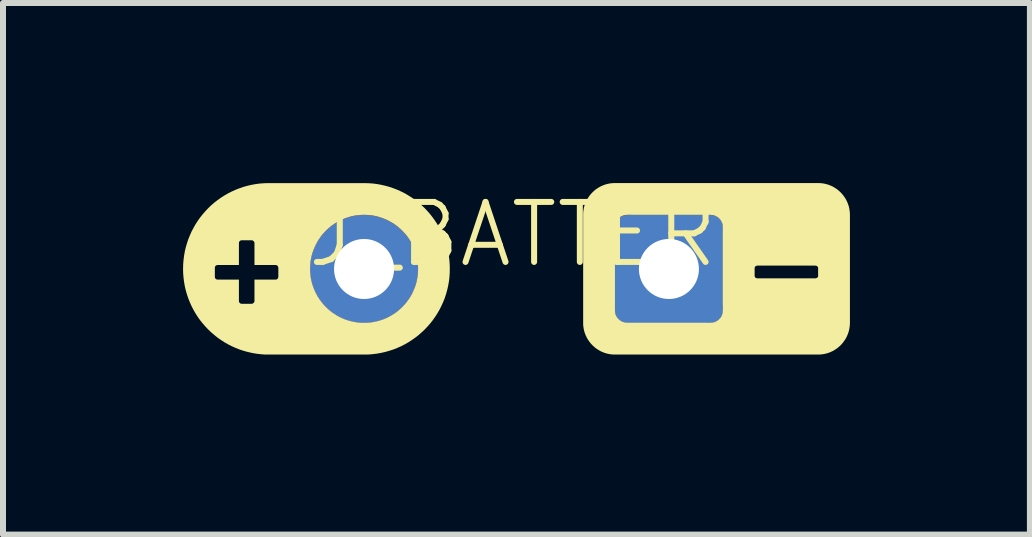
<source format=kicad_pcb>
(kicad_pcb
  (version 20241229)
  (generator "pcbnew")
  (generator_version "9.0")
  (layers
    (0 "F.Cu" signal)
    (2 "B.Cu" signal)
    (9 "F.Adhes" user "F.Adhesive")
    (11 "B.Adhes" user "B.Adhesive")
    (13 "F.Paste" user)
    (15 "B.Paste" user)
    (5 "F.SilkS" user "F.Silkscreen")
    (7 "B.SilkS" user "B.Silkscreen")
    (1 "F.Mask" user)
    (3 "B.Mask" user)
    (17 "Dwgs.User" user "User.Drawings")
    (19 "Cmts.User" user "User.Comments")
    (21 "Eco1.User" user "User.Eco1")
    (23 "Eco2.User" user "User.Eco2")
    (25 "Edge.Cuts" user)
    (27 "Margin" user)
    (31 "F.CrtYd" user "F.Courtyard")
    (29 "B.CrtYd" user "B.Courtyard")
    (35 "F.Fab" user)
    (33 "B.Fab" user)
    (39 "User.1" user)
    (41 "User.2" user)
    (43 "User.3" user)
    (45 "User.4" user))
  (footprint "J_BATTERY"
    (layer "F.Cu")
    (at 5.556 1.432)
    (property "Reference" "J_BATTERY" (at 0.365 -0.575 0) (unlocked yes) (layer "F.SilkS") (effects (font (size 1 1) (thickness 0.1))))
    (attr through_hole)
    (fp_poly (pts (xy 5.054 -1.431) (xy 5.081 -1.429) (xy 5.107 -1.426) (xy 5.133 -1.421) (xy 5.159 -1.415) (xy 5.184 -1.408) (xy 5.208 -1.4) (xy 5.232 -1.39) (xy 5.256 -1.38) (xy 5.279 -1.368) (xy 5.301 -1.355) (xy 5.322 -1.341) (xy 5.343 -1.327) (xy 5.363 -1.311) (xy 5.382 -1.294) (xy 5.401 -1.277) (xy 5.418 -1.258) (xy 5.435 -1.239) (xy 5.45 -1.219) (xy 5.465 -1.198) (xy 5.479 -1.177) (xy 5.492 -1.155) (xy 5.503 -1.132) (xy 5.514 -1.109) (xy 5.523 -1.084) (xy 5.532 -1.06) (xy 5.539 -1.035) (xy 5.545 -1.009) (xy 5.549 -0.983) (xy 5.553 -0.957) (xy 5.555 -0.93) (xy 5.556 -0.903) (xy 5.556 0.897) (xy 5.555 0.924) (xy 5.553 0.951) (xy 5.549 0.977) (xy 5.545 1.003) (xy 5.539 1.029) (xy 5.532 1.054) (xy 5.523 1.079) (xy 5.514 1.103) (xy 5.503 1.126) (xy 5.492 1.149) (xy 5.479 1.171) (xy 5.465 1.192) (xy 5.45 1.213) (xy 5.435 1.233) (xy 5.418 1.252) (xy 5.401 1.271) (xy 5.382 1.288) (xy 5.363 1.305) (xy 5.343 1.321) (xy 5.322 1.335) (xy 5.301 1.349) (xy 5.279 1.362) (xy 5.256 1.374) (xy 5.232 1.384) (xy 5.208 1.394) (xy 5.184 1.402) (xy 5.159 1.409) (xy 5.133 1.415) (xy 5.107 1.42) (xy 5.081 1.423) (xy 5.054 1.425) (xy 5.026 1.426) (xy 1.64 1.426) (xy 1.613 1.425) (xy 1.586 1.423) (xy 1.559 1.42) (xy 1.533 1.415) (xy 1.507 1.409) (xy 1.482 1.402) (xy 1.458 1.394) (xy 1.434 1.384) (xy 1.41 1.374) (xy 1.388 1.362) (xy 1.365 1.349) (xy 1.344 1.335) (xy 1.323 1.321) (xy 1.303 1.305) (xy 1.284 1.288) (xy 1.266 1.271) (xy 1.248 1.252) (xy 1.231 1.233) (xy 1.216 1.213) (xy 1.201 1.192) (xy 1.187 1.171) (xy 1.174 1.149) (xy 1.163 1.126) (xy 1.152 1.103) (xy 1.143 1.079) (xy 1.134 1.054) (xy 1.127 1.029) (xy 1.121 1.003) (xy 1.117 0.977) (xy 1.113 0.951) (xy 1.111 0.924) (xy 1.111 0.897) (xy 1.111 -0.674) (xy 1.64 -0.674) (xy 1.64 -0.64) (xy 1.641 -0.575) (xy 1.641 0.613) (xy 1.641 0.646) (xy 1.641 0.663) (xy 1.641 0.679) (xy 1.641 0.696) (xy 1.642 0.704) (xy 1.642 0.712) (xy 1.643 0.721) (xy 1.645 0.729) (xy 1.646 0.737) (xy 1.648 0.745) (xy 1.651 0.755) (xy 1.654 0.765) (xy 1.658 0.775) (xy 1.663 0.785) (xy 1.669 0.795) (xy 1.674 0.804) (xy 1.681 0.813) (xy 1.688 0.821) (xy 1.695 0.83) (xy 1.703 0.838) (xy 1.711 0.845) (xy 1.72 0.852) (xy 1.729 0.859) (xy 1.738 0.865) (xy 1.747 0.87) (xy 1.757 0.876) (xy 1.766 0.88) (xy 1.776 0.883) (xy 1.786 0.886) (xy 1.796 0.889) (xy 1.806 0.891) (xy 1.816 0.893) (xy 1.826 0.894) (xy 1.836 0.895) (xy 1.846 0.896) (xy 1.857 0.896) (xy 1.877 0.896) (xy 1.918 0.896) (xy 3.166 0.896) (xy 3.205 0.897) (xy 3.224 0.896) (xy 3.234 0.896) (xy 3.243 0.895) (xy 3.253 0.895) (xy 3.263 0.893) (xy 3.272 0.892) (xy 3.281 0.89) (xy 3.291 0.888) (xy 3.3 0.885) (xy 3.309 0.882) (xy 3.318 0.878) (xy 3.323 0.876) (xy 3.329 0.873) (xy 3.334 0.87) (xy 3.339 0.867) (xy 3.344 0.864) (xy 3.348 0.861) (xy 3.353 0.857) (xy 3.358 0.854) (xy 3.362 0.85) (xy 3.367 0.846) (xy 3.371 0.843) (xy 3.375 0.839) (xy 3.379 0.835) (xy 3.383 0.831) (xy 3.387 0.826) (xy 3.391 0.822) (xy 3.397 0.816) (xy 3.402 0.809) (xy 3.406 0.802) (xy 3.411 0.795) (xy 3.415 0.788) (xy 3.418 0.781) (xy 3.424 0.766) (xy 3.429 0.75) (xy 3.433 0.734) (xy 3.435 0.718) (xy 3.437 0.701) (xy 3.438 0.685) (xy 3.439 0.668) (xy 3.439 0.635) (xy 3.437 0.57) (xy 3.437 -0.013) (xy 3.968 -0.013) (xy 3.968 0.113) (xy 3.968 0.115) (xy 3.968 0.117) (xy 3.969 0.12) (xy 3.969 0.122) (xy 3.969 0.124) (xy 3.97 0.126) (xy 3.971 0.128) (xy 3.972 0.13) (xy 3.972 0.132) (xy 3.973 0.134) (xy 3.975 0.136) (xy 3.976 0.137) (xy 3.977 0.139) (xy 3.979 0.141) (xy 3.98 0.142) (xy 3.982 0.144) (xy 3.984 0.145) (xy 3.985 0.147) (xy 3.987 0.148) (xy 3.989 0.149) (xy 3.991 0.15) (xy 3.993 0.151) (xy 3.995 0.152) (xy 3.998 0.153) (xy 4 0.153) (xy 4.002 0.154) (xy 4.005 0.155) (xy 4.007 0.155) (xy 4.009 0.155) (xy 4.012 0.156) (xy 4.015 0.156) (xy 4.017 0.156) (xy 4.975 0.156) (xy 4.978 0.156) (xy 4.981 0.156) (xy 4.983 0.155) (xy 4.986 0.155) (xy 4.988 0.155) (xy 4.991 0.154) (xy 4.993 0.153) (xy 4.995 0.153) (xy 4.998 0.152) (xy 5 0.151) (xy 5.002 0.15) (xy 5.004 0.149) (xy 5.007 0.148) (xy 5.009 0.147) (xy 5.011 0.145) (xy 5.013 0.144) (xy 5.014 0.142) (xy 5.016 0.141) (xy 5.017 0.139) (xy 5.019 0.137) (xy 5.02 0.136) (xy 5.021 0.134) (xy 5.022 0.132) (xy 5.023 0.13) (xy 5.024 0.128) (xy 5.024 0.126) (xy 5.025 0.124) (xy 5.026 0.122) (xy 5.026 0.12) (xy 5.026 0.117) (xy 5.026 0.115) (xy 5.026 0.113) (xy 5.026 -0.013) (xy 5.026 -0.015) (xy 5.026 -0.017) (xy 5.026 -0.02) (xy 5.026 -0.022) (xy 5.025 -0.024) (xy 5.024 -0.026) (xy 5.024 -0.028) (xy 5.023 -0.03) (xy 5.022 -0.032) (xy 5.021 -0.034) (xy 5.02 -0.036) (xy 5.019 -0.037) (xy 5.017 -0.039) (xy 5.016 -0.041) (xy 5.014 -0.042) (xy 5.013 -0.044) (xy 5.011 -0.045) (xy 5.009 -0.047) (xy 5.007 -0.048) (xy 5.004 -0.049) (xy 5.002 -0.05) (xy 5 -0.051) (xy 4.998 -0.052) (xy 4.995 -0.053) (xy 4.993 -0.054) (xy 4.991 -0.054) (xy 4.988 -0.055) (xy 4.986 -0.055) (xy 4.983 -0.055) (xy 4.981 -0.056) (xy 4.978 -0.056) (xy 4.975 -0.056) (xy 4.017 -0.056) (xy 4.015 -0.056) (xy 4.012 -0.056) (xy 4.009 -0.055) (xy 4.007 -0.055) (xy 4.005 -0.055) (xy 4.002 -0.054) (xy 4 -0.054) (xy 3.998 -0.053) (xy 3.995 -0.052) (xy 3.993 -0.051) (xy 3.991 -0.05) (xy 3.989 -0.049) (xy 3.987 -0.048) (xy 3.985 -0.047) (xy 3.984 -0.045) (xy 3.982 -0.044) (xy 3.98 -0.042) (xy 3.979 -0.041) (xy 3.977 -0.039) (xy 3.976 -0.037) (xy 3.975 -0.036) (xy 3.973 -0.034) (xy 3.972 -0.032) (xy 3.972 -0.03) (xy 3.971 -0.028) (xy 3.97 -0.026) (xy 3.969 -0.024) (xy 3.969 -0.022) (xy 3.969 -0.02) (xy 3.968 -0.017) (xy 3.968 -0.015) (xy 3.968 -0.013) (xy 3.437 -0.013) (xy 3.437 -0.619) (xy 3.438 -0.652) (xy 3.438 -0.669) (xy 3.438 -0.685) (xy 3.437 -0.702) (xy 3.437 -0.71) (xy 3.436 -0.718) (xy 3.435 -0.726) (xy 3.434 -0.735) (xy 3.433 -0.743) (xy 3.431 -0.751) (xy 3.428 -0.761) (xy 3.424 -0.771) (xy 3.42 -0.781) (xy 3.415 -0.791) (xy 3.41 -0.8) (xy 3.404 -0.81) (xy 3.398 -0.819) (xy 3.391 -0.827) (xy 3.384 -0.836) (xy 3.376 -0.843) (xy 3.368 -0.851) (xy 3.359 -0.858) (xy 3.35 -0.865) (xy 3.341 -0.871) (xy 3.331 -0.876) (xy 3.322 -0.881) (xy 3.312 -0.886) (xy 3.303 -0.889) (xy 3.293 -0.892) (xy 3.283 -0.895) (xy 3.273 -0.897) (xy 3.263 -0.899) (xy 3.253 -0.9) (xy 3.242 -0.901) (xy 3.232 -0.902) (xy 3.222 -0.902) (xy 3.201 -0.902) (xy 3.16 -0.902) (xy 1.922 -0.902) (xy 1.881 -0.903) (xy 1.86 -0.902) (xy 1.85 -0.902) (xy 1.84 -0.902) (xy 1.83 -0.901) (xy 1.82 -0.9) (xy 1.809 -0.898) (xy 1.799 -0.897) (xy 1.79 -0.894) (xy 1.78 -0.891) (xy 1.77 -0.888) (xy 1.761 -0.884) (xy 1.755 -0.882) (xy 1.75 -0.879) (xy 1.745 -0.876) (xy 1.74 -0.873) (xy 1.735 -0.87) (xy 1.73 -0.867) (xy 1.726 -0.863) (xy 1.721 -0.86) (xy 1.716 -0.856) (xy 1.712 -0.852) (xy 1.708 -0.849) (xy 1.703 -0.845) (xy 1.699 -0.841) (xy 1.695 -0.836) (xy 1.691 -0.832) (xy 1.687 -0.828) (xy 1.682 -0.822) (xy 1.677 -0.815) (xy 1.672 -0.808) (xy 1.668 -0.801) (xy 1.664 -0.794) (xy 1.661 -0.787) (xy 1.655 -0.771) (xy 1.65 -0.756) (xy 1.646 -0.74) (xy 1.643 -0.724) (xy 1.642 -0.707) (xy 1.64 -0.691) (xy 1.64 -0.674) (xy 1.111 -0.674) (xy 1.111 -0.903) (xy 1.111 -0.93) (xy 1.113 -0.957) (xy 1.117 -0.983) (xy 1.121 -1.009) (xy 1.127 -1.035) (xy 1.134 -1.06) (xy 1.143 -1.084) (xy 1.152 -1.109) (xy 1.163 -1.132) (xy 1.174 -1.155) (xy 1.187 -1.177) (xy 1.201 -1.198) (xy 1.216 -1.219) (xy 1.231 -1.239) (xy 1.248 -1.258) (xy 1.266 -1.277) (xy 1.284 -1.294) (xy 1.303 -1.311) (xy 1.323 -1.327) (xy 1.344 -1.341) (xy 1.365 -1.355) (xy 1.388 -1.368) (xy 1.41 -1.38) (xy 1.434 -1.39) (xy 1.458 -1.4) (xy 1.482 -1.408) (xy 1.507 -1.415) (xy 1.533 -1.421) (xy 1.559 -1.426) (xy 1.586 -1.429) (xy 1.613 -1.431) (xy 1.64 -1.432) (xy 5.026 -1.432)) (stroke (width 0) (type solid)) (fill yes) (layer "F.SilkS"))
    (fp_poly (pts (xy -2.466 -1.429) (xy -2.393 -1.424) (xy -2.322 -1.415) (xy -2.251 -1.402) (xy -2.182 -1.386) (xy -2.115 -1.367) (xy -2.048 -1.344) (xy -1.983 -1.319) (xy -1.92 -1.29) (xy -1.858 -1.259) (xy -1.799 -1.224) (xy -1.741 -1.187) (xy -1.685 -1.147) (xy -1.631 -1.105) (xy -1.579 -1.06) (xy -1.529 -1.013) (xy -1.482 -0.963) (xy -1.437 -0.911) (xy -1.395 -0.857) (xy -1.355 -0.801) (xy -1.318 -0.743) (xy -1.283 -0.683) (xy -1.252 -0.622) (xy -1.223 -0.558) (xy -1.197 -0.494) (xy -1.175 -0.427) (xy -1.156 -0.359) (xy -1.14 -0.29) (xy -1.127 -0.22) (xy -1.118 -0.148) (xy -1.113 -0.076) (xy -1.111 -0.002) (xy -1.113 0.071) (xy -1.118 0.144) (xy -1.127 0.215) (xy -1.14 0.286) (xy -1.156 0.355) (xy -1.175 0.423) (xy -1.197 0.489) (xy -1.223 0.554) (xy -1.252 0.617) (xy -1.283 0.679) (xy -1.318 0.739) (xy -1.355 0.797) (xy -1.395 0.853) (xy -1.437 0.907) (xy -1.482 0.958) (xy -1.529 1.008) (xy -1.579 1.055) (xy -1.631 1.1) (xy -1.685 1.143) (xy -1.741 1.182) (xy -1.799 1.22) (xy -1.858 1.254) (xy -1.92 1.286) (xy -1.983 1.314) (xy -2.048 1.34) (xy -2.115 1.362) (xy -2.182 1.381) (xy -2.251 1.397) (xy -2.322 1.41) (xy -2.393 1.419) (xy -2.466 1.425) (xy -2.539 1.426) (xy -4.127 1.426) (xy -4.2 1.425) (xy -4.273 1.419) (xy -4.344 1.41) (xy -4.415 1.397) (xy -4.484 1.381) (xy -4.552 1.362) (xy -4.618 1.34) (xy -4.683 1.314) (xy -4.746 1.286) (xy -4.808 1.254) (xy -4.868 1.22) (xy -4.926 1.182) (xy -4.982 1.143) (xy -5.036 1.1) (xy -5.088 1.055) (xy -5.137 1.008) (xy -5.184 0.958) (xy -5.229 0.907) (xy -5.272 0.853) (xy -5.312 0.797) (xy -5.349 0.739) (xy -5.383 0.679) (xy -5.415 0.617) (xy -5.443 0.554) (xy -5.469 0.489) (xy -5.491 0.423) (xy -5.511 0.355) (xy -5.527 0.286) (xy -5.539 0.215) (xy -5.548 0.144) (xy -5.554 0.071) (xy -5.556 -0.002) (xy -5.555 -0.017) (xy -5.026 -0.017) (xy -5.026 0.128) (xy -5.026 0.131) (xy -5.026 0.133) (xy -5.026 0.136) (xy -5.026 0.138) (xy -5.025 0.141) (xy -5.025 0.143) (xy -5.024 0.145) (xy -5.023 0.148) (xy -5.022 0.15) (xy -5.021 0.152) (xy -5.02 0.154) (xy -5.019 0.156) (xy -5.017 0.158) (xy -5.016 0.16) (xy -5.014 0.162) (xy -5.013 0.164) (xy -5.011 0.165) (xy -5.009 0.167) (xy -5.007 0.168) (xy -5.005 0.17) (xy -5.002 0.171) (xy -5 0.172) (xy -4.998 0.173) (xy -4.996 0.174) (xy -4.993 0.175) (xy -4.991 0.175) (xy -4.988 0.176) (xy -4.986 0.177) (xy -4.983 0.177) (xy -4.981 0.177) (xy -4.978 0.177) (xy -4.975 0.177) (xy -4.625 0.177) (xy -4.625 0.53) (xy -4.625 0.533) (xy -4.625 0.536) (xy -4.625 0.538) (xy -4.624 0.541) (xy -4.624 0.543) (xy -4.623 0.546) (xy -4.623 0.548) (xy -4.622 0.55) (xy -4.621 0.552) (xy -4.62 0.554) (xy -4.619 0.556) (xy -4.617 0.559) (xy -4.616 0.56) (xy -4.615 0.562) (xy -4.613 0.564) (xy -4.611 0.566) (xy -4.61 0.568) (xy -4.608 0.569) (xy -4.606 0.571) (xy -4.604 0.572) (xy -4.602 0.573) (xy -4.6 0.574) (xy -4.598 0.575) (xy -4.596 0.576) (xy -4.593 0.577) (xy -4.591 0.578) (xy -4.589 0.578) (xy -4.586 0.579) (xy -4.584 0.579) (xy -4.581 0.58) (xy -4.579 0.58) (xy -4.576 0.58) (xy -4.415 0.58) (xy -4.412 0.58) (xy -4.41 0.58) (xy -4.408 0.579) (xy -4.405 0.579) (xy -4.403 0.578) (xy -4.401 0.578) (xy -4.399 0.577) (xy -4.397 0.576) (xy -4.394 0.575) (xy -4.392 0.574) (xy -4.39 0.573) (xy -4.389 0.572) (xy -4.387 0.571) (xy -4.385 0.569) (xy -4.383 0.568) (xy -4.381 0.566) (xy -4.379 0.564) (xy -4.378 0.562) (xy -4.376 0.56) (xy -4.374 0.559) (xy -4.373 0.556) (xy -4.372 0.554) (xy -4.371 0.552) (xy -4.369 0.55) (xy -4.369 0.548) (xy -4.368 0.546) (xy -4.367 0.543) (xy -4.367 0.541) (xy -4.366 0.538) (xy -4.366 0.536) (xy -4.366 0.533) (xy -4.366 0.53) (xy -4.366 0.177) (xy -4.017 0.177) (xy -4.015 0.177) (xy -4.012 0.177) (xy -4.01 0.177) (xy -4.007 0.177) (xy -4.005 0.176) (xy -4.002 0.175) (xy -4 0.175) (xy -3.998 0.174) (xy -3.995 0.173) (xy -3.993 0.172) (xy -3.991 0.171) (xy -3.989 0.17) (xy -3.987 0.168) (xy -3.985 0.167) (xy -3.984 0.165) (xy -3.982 0.164) (xy -3.98 0.162) (xy -3.979 0.16) (xy -3.977 0.158) (xy -3.976 0.156) (xy -3.975 0.154) (xy -3.974 0.152) (xy -3.973 0.15) (xy -3.972 0.148) (xy -3.971 0.145) (xy -3.97 0.143) (xy -3.97 0.141) (xy -3.969 0.138) (xy -3.969 0.136) (xy -3.968 0.133) (xy -3.968 0.131) (xy -3.968 0.128) (xy -3.968 -0.002) (xy -3.439 -0.002) (xy -3.438 0.044) (xy -3.434 0.09) (xy -3.429 0.135) (xy -3.421 0.179) (xy -3.411 0.223) (xy -3.399 0.265) (xy -3.384 0.307) (xy -3.368 0.348) (xy -3.35 0.388) (xy -3.33 0.427) (xy -3.309 0.464) (xy -3.285 0.501) (xy -3.26 0.536) (xy -3.234 0.57) (xy -3.205 0.603) (xy -3.176 0.634) (xy -3.144 0.664) (xy -3.112 0.692) (xy -3.078 0.719) (xy -3.042 0.744) (xy -3.006 0.767) (xy -2.968 0.789) (xy -2.929 0.809) (xy -2.89 0.827) (xy -2.849 0.843) (xy -2.807 0.857) (xy -2.764 0.869) (xy -2.721 0.879) (xy -2.676 0.887) (xy -2.631 0.893) (xy -2.586 0.896) (xy -2.539 0.897) (xy -2.493 0.896) (xy -2.447 0.893) (xy -2.402 0.887) (xy -2.358 0.879) (xy -2.315 0.869) (xy -2.272 0.857) (xy -2.23 0.843) (xy -2.189 0.827) (xy -2.149 0.809) (xy -2.111 0.789) (xy -2.073 0.767) (xy -2.036 0.744) (xy -2.001 0.719) (xy -1.967 0.692) (xy -1.935 0.664) (xy -1.903 0.634) (xy -1.874 0.603) (xy -1.845 0.57) (xy -1.819 0.536) (xy -1.793 0.501) (xy -1.77 0.464) (xy -1.748 0.427) (xy -1.729 0.388) (xy -1.711 0.348) (xy -1.694 0.307) (xy -1.68 0.265) (xy -1.668 0.223) (xy -1.658 0.179) (xy -1.65 0.135) (xy -1.644 0.09) (xy -1.641 0.044) (xy -1.64 -0.002) (xy -1.641 -0.049) (xy -1.644 -0.094) (xy -1.65 -0.139) (xy -1.658 -0.184) (xy -1.668 -0.227) (xy -1.68 -0.27) (xy -1.694 -0.312) (xy -1.711 -0.352) (xy -1.729 -0.392) (xy -1.748 -0.431) (xy -1.77 -0.469) (xy -1.793 -0.505) (xy -1.819 -0.541) (xy -1.845 -0.575) (xy -1.874 -0.607) (xy -1.903 -0.638) (xy -1.935 -0.668) (xy -1.967 -0.696) (xy -2.001 -0.723) (xy -2.036 -0.748) (xy -2.073 -0.772) (xy -2.111 -0.793) (xy -2.149 -0.813) (xy -2.189 -0.831) (xy -2.23 -0.847) (xy -2.272 -0.861) (xy -2.315 -0.874) (xy -2.358 -0.884) (xy -2.402 -0.892) (xy -2.447 -0.897) (xy -2.493 -0.901) (xy -2.539 -0.902) (xy -2.586 -0.901) (xy -2.631 -0.897) (xy -2.676 -0.892) (xy -2.721 -0.884) (xy -2.764 -0.874) (xy -2.807 -0.861) (xy -2.849 -0.847) (xy -2.89 -0.831) (xy -2.929 -0.813) (xy -2.968 -0.793) (xy -3.006 -0.772) (xy -3.042 -0.748) (xy -3.078 -0.723) (xy -3.112 -0.696) (xy -3.144 -0.668) (xy -3.176 -0.638) (xy -3.205 -0.607) (xy -3.234 -0.575) (xy -3.26 -0.541) (xy -3.285 -0.505) (xy -3.309 -0.469) (xy -3.33 -0.431) (xy -3.35 -0.392) (xy -3.368 -0.352) (xy -3.384 -0.312) (xy -3.399 -0.27) (xy -3.411 -0.227) (xy -3.421 -0.184) (xy -3.429 -0.139) (xy -3.434 -0.094) (xy -3.438 -0.049) (xy -3.439 -0.002) (xy -3.968 -0.002) (xy -3.968 -0.017) (xy -3.968 -0.019) (xy -3.968 -0.022) (xy -3.969 -0.025) (xy -3.969 -0.027) (xy -3.97 -0.03) (xy -3.97 -0.032) (xy -3.971 -0.034) (xy -3.972 -0.037) (xy -3.973 -0.039) (xy -3.974 -0.041) (xy -3.975 -0.043) (xy -3.976 -0.045) (xy -3.977 -0.047) (xy -3.979 -0.049) (xy -3.98 -0.051) (xy -3.982 -0.052) (xy -3.984 -0.054) (xy -3.985 -0.056) (xy -3.987 -0.057) (xy -3.989 -0.058) (xy -3.991 -0.06) (xy -3.993 -0.061) (xy -3.995 -0.062) (xy -3.998 -0.063) (xy -4 -0.064) (xy -4.002 -0.064) (xy -4.005 -0.065) (xy -4.007 -0.065) (xy -4.01 -0.066) (xy -4.012 -0.066) (xy -4.015 -0.066) (xy -4.017 -0.066) (xy -4.366 -0.066) (xy -4.366 -0.429) (xy -4.366 -0.432) (xy -4.366 -0.434) (xy -4.366 -0.437) (xy -4.367 -0.439) (xy -4.367 -0.442) (xy -4.368 -0.444) (xy -4.369 -0.447) (xy -4.369 -0.449) (xy -4.371 -0.451) (xy -4.372 -0.453) (xy -4.373 -0.455) (xy -4.374 -0.457) (xy -4.376 -0.459) (xy -4.378 -0.461) (xy -4.379 -0.463) (xy -4.381 -0.465) (xy -4.383 -0.466) (xy -4.385 -0.468) (xy -4.387 -0.469) (xy -4.389 -0.471) (xy -4.39 -0.472) (xy -4.392 -0.473) (xy -4.394 -0.474) (xy -4.397 -0.475) (xy -4.399 -0.476) (xy -4.401 -0.477) (xy -4.403 -0.477) (xy -4.405 -0.478) (xy -4.408 -0.478) (xy -4.41 -0.478) (xy -4.412 -0.478) (xy -4.415 -0.479) (xy -4.576 -0.479) (xy -4.579 -0.478) (xy -4.581 -0.478) (xy -4.584 -0.478) (xy -4.586 -0.478) (xy -4.589 -0.477) (xy -4.591 -0.477) (xy -4.593 -0.476) (xy -4.596 -0.475) (xy -4.598 -0.474) (xy -4.6 -0.473) (xy -4.602 -0.472) (xy -4.604 -0.471) (xy -4.606 -0.469) (xy -4.608 -0.468) (xy -4.61 -0.466) (xy -4.611 -0.465) (xy -4.613 -0.463) (xy -4.615 -0.461) (xy -4.616 -0.459) (xy -4.617 -0.457) (xy -4.619 -0.455) (xy -4.62 -0.453) (xy -4.621 -0.451) (xy -4.622 -0.449) (xy -4.623 -0.447) (xy -4.623 -0.444) (xy -4.624 -0.442) (xy -4.624 -0.439) (xy -4.625 -0.437) (xy -4.625 -0.434) (xy -4.625 -0.432) (xy -4.625 -0.429) (xy -4.625 -0.066) (xy -4.975 -0.066) (xy -4.978 -0.066) (xy -4.981 -0.066) (xy -4.983 -0.066) (xy -4.986 -0.065) (xy -4.988 -0.065) (xy -4.991 -0.064) (xy -4.993 -0.064) (xy -4.996 -0.063) (xy -4.998 -0.062) (xy -5 -0.061) (xy -5.002 -0.06) (xy -5.005 -0.058) (xy -5.007 -0.057) (xy -5.009 -0.056) (xy -5.011 -0.054) (xy -5.013 -0.052) (xy -5.014 -0.051) (xy -5.016 -0.049) (xy -5.017 -0.047) (xy -5.019 -0.045) (xy -5.02 -0.043) (xy -5.021 -0.041) (xy -5.022 -0.039) (xy -5.023 -0.037) (xy -5.024 -0.034) (xy -5.025 -0.032) (xy -5.025 -0.03) (xy -5.026 -0.027) (xy -5.026 -0.025) (xy -5.026 -0.022) (xy -5.026 -0.019) (xy -5.026 -0.017) (xy -5.555 -0.017) (xy -5.554 -0.076) (xy -5.548 -0.148) (xy -5.539 -0.22) (xy -5.527 -0.29) (xy -5.511 -0.359) (xy -5.491 -0.427) (xy -5.469 -0.494) (xy -5.443 -0.558) (xy -5.415 -0.622) (xy -5.383 -0.683) (xy -5.349 -0.743) (xy -5.312 -0.801) (xy -5.272 -0.857) (xy -5.229 -0.911) (xy -5.184 -0.963) (xy -5.137 -1.013) (xy -5.088 -1.06) (xy -5.036 -1.105) (xy -4.982 -1.147) (xy -4.926 -1.187) (xy -4.868 -1.224) (xy -4.808 -1.259) (xy -4.746 -1.29) (xy -4.683 -1.319) (xy -4.618 -1.344) (xy -4.552 -1.367) (xy -4.484 -1.386) (xy -4.415 -1.402) (xy -4.344 -1.415) (xy -4.273 -1.424) (xy -4.2 -1.429) (xy -4.127 -1.431) (xy -2.539 -1.431)) (stroke (width 0) (type solid)) (fill yes) (layer "F.SilkS"))
    (pad "1" thru_hole oval (at -2.54 0) (size 1.8 1.8) (drill 1) (layers "*.Cu" "*.Paste" "*.Mask"))
    (pad "2" thru_hole roundrect (at 2.54 0 90) (size 1.8 1.8) (drill 1) (layers "*.Cu" "*.Paste" "*.Mask") (roundrect_rratio 0.111)))
  (gr_rect
    (start -3 -3)
    (end 14.111 5.858)
    (stroke (width 0.1) (type default))
    (fill no)
    (layer "Edge.Cuts")))
</source>
